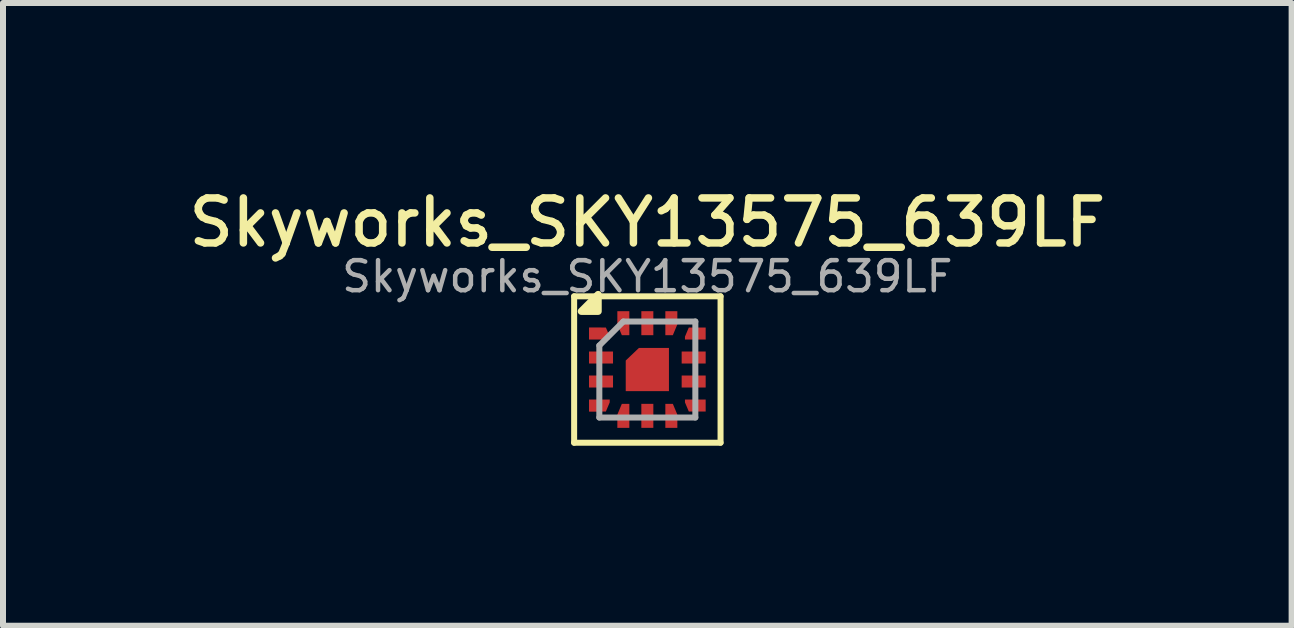
<source format=kicad_pcb>
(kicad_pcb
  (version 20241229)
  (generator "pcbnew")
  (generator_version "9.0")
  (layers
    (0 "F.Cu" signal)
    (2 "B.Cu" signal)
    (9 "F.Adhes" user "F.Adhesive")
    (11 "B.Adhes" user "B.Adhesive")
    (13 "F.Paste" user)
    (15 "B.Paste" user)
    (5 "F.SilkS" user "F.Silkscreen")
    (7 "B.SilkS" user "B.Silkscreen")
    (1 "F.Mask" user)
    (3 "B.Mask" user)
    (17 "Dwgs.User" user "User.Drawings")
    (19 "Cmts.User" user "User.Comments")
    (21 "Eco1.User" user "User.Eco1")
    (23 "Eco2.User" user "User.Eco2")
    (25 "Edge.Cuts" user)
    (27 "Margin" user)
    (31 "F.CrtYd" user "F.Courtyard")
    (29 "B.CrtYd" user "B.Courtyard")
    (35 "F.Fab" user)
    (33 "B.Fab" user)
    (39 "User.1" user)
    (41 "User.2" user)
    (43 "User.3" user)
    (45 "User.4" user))
  (footprint "Skyworks_SKY13575_639LF"
    (layer "F.Cu")
    (at 7.738 3.108)
    (property "Reference" "Skyworks_SKY13575_639LF" (at 0 -2.45 0) (layer "F.SilkS") (effects (font (size 0.75 0.75) (thickness 0.125))))
    (attr smd)
    (fp_line (start -1.22 -1.22) (end -1.22 1.22) (stroke (width 0.1) (type solid)) (layer "F.SilkS"))
    (fp_line (start -1.22 1.22) (end 1.22 1.22) (stroke (width 0.1) (type solid)) (layer "F.SilkS"))
    (fp_line (start 1.22 -1.22) (end -1.22 -1.22) (stroke (width 0.1) (type solid)) (layer "F.SilkS"))
    (fp_line (start 1.22 1.22) (end 1.22 -1.22) (stroke (width 0.1) (type solid)) (layer "F.SilkS"))
    (fp_poly (pts (xy -0.82 -0.97) (xy -1.1 -0.97) (xy -0.82 -1.25) (xy -0.82 -0.97)) (stroke (width 0.12) (type solid)) (fill yes) (layer "F.SilkS"))
    (fp_line (start -0.8 -0.4) (end -0.8 0.8) (stroke (width 0.1) (type solid)) (layer "F.Fab"))
    (fp_line (start -0.8 0.8) (end 0.8 0.8) (stroke (width 0.1) (type solid)) (layer "F.Fab"))
    (fp_line (start -0.4 -0.8) (end -0.8 -0.4) (stroke (width 0.1) (type solid)) (layer "F.Fab"))
    (fp_line (start 0.8 -0.8) (end -0.4 -0.8) (stroke (width 0.1) (type solid)) (layer "F.Fab"))
    (fp_line (start 0.8 0.8) (end 0.8 -0.8) (stroke (width 0.1) (type solid)) (layer "F.Fab"))
    (fp_text user "${REFERENCE}" (at 0 -1.55 0) (layer "F.Fab") (effects (font (size 0.5 0.5) (thickness 0.075))))
    (pad "" smd rect (at -0.185 0.185) (size 0.29 0.29) (layers "F.Paste"))
    (pad "" smd custom (at -0.17 -0.17) (size 0.1 0.1) (layers "F.Paste") (options (anchor rect)) (primitives (gr_poly (pts (xy 0.13 0.13) (xy -0.16 0.13) (xy -0.16 0.03) (xy 0.04 -0.16) (xy 0.13 -0.16)) (width 0) (fill yes))))
    (pad "" smd rect (at 0.185 -0.185) (size 0.29 0.29) (layers "F.Paste"))
    (pad "" smd rect (at 0.185 0.185) (size 0.29 0.29) (layers "F.Paste"))
    (pad "1" smd custom (at -0.866 -0.601) (size 0.2 0.2) (layers "F.Cu" "F.Mask" "F.Paste") (options (anchor rect)) (primitives (gr_poly (pts (xy 0.239 0.053) (xy 0.239 0.101) (xy -0.106 0.101) (xy -0.106 -0.099) (xy 0.175 -0.099)) (width 0) (fill yes))))
    (pad "2" smd rect (at -0.772 -0.2) (size 0.4 0.2) (layers "F.Cu" "F.Mask" "F.Paste"))
    (pad "3" smd rect (at -0.772 0.2) (size 0.4 0.2) (layers "F.Cu" "F.Mask" "F.Paste"))
    (pad "4" smd custom (at -0.866 0.602) (size 0.2 0.2) (layers "F.Cu" "F.Mask" "F.Paste") (options (anchor rect)) (primitives (gr_poly (pts (xy 0.239 -0.054) (xy 0.175 0.098) (xy -0.106 0.098) (xy -0.106 -0.102) (xy 0.239 -0.102)) (width 0) (fill yes))))
    (pad "5" smd custom (at -0.4 0.871) (size 0.19 0.2) (layers "F.Cu" "F.Mask" "F.Paste") (options (anchor rect)) (primitives (gr_poly (pts (xy 0.1 0.101) (xy -0.1 0.101) (xy -0.1 -0.119) (xy -0.025 -0.299) (xy 0.1 -0.299)) (width 0) (fill yes))))
    (pad "6" smd rect (at 0 0.772 90) (size 0.4 0.2) (layers "F.Cu" "F.Mask" "F.Paste"))
    (pad "7" smd custom (at 0.4 0.87) (size 0.19 0.2) (layers "F.Cu" "F.Mask" "F.Paste") (options (anchor rect)) (primitives (gr_poly (pts (xy 0.1 -0.118) (xy 0.1 0.102) (xy -0.1 0.102) (xy -0.1 -0.298) (xy 0.025 -0.298)) (width 0) (fill yes))))
    (pad "8" smd custom (at 0.871 0.6) (size 0.2 0.2) (layers "F.Cu" "F.Mask" "F.Paste") (options (anchor rect)) (primitives (gr_poly (pts (xy 0.101 0.1) (xy -0.18 0.1) (xy -0.244 -0.052) (xy -0.244 -0.1) (xy 0.101 -0.1)) (width 0) (fill yes))))
    (pad "9" smd rect (at 0.772 0.2) (size 0.4 0.2) (layers "F.Cu" "F.Mask" "F.Paste"))
    (pad "10" smd rect (at 0.772 -0.2) (size 0.4 0.2) (layers "F.Cu" "F.Mask" "F.Paste"))
    (pad "11" smd custom (at 0.872 -0.6) (size 0.2 0.2) (layers "F.Cu" "F.Mask" "F.Paste") (options (anchor rect)) (primitives (gr_poly (pts (xy 0.1 0.1) (xy -0.245 0.1) (xy -0.245 0.052) (xy -0.181 -0.1) (xy 0.1 -0.1)) (width 0) (fill yes))))
    (pad "12" smd custom (at 0.398 -0.87) (size 0.19 0.2) (layers "F.Cu" "F.Mask" "F.Paste") (options (anchor rect)) (primitives (gr_poly (pts (xy 0.102 0.118) (xy 0.027 0.298) (xy -0.098 0.298) (xy -0.098 -0.102) (xy 0.102 -0.102)) (width 0) (fill yes))))
    (pad "13" smd rect (at 0 -0.772 90) (size 0.4 0.2) (layers "F.Cu" "F.Mask" "F.Paste"))
    (pad "14" smd custom (at -0.4 -0.869) (size 0.19 0.2) (layers "F.Cu" "F.Mask" "F.Paste") (options (anchor rect)) (primitives (gr_poly (pts (xy 0.1 0.297) (xy -0.025 0.297) (xy -0.1 0.117) (xy -0.1 -0.103) (xy 0.1 -0.103)) (width 0) (fill yes))))
    (pad "15" smd custom (at 0 0) (size 0.29 0.29) (layers "F.Cu" "F.Mask") (options (anchor rect)) (primitives (gr_poly (pts (xy 0.36 0.36) (xy -0.36 0.36) (xy -0.36 -0.15) (xy -0.14 -0.36) (xy 0.36 -0.36)) (width 0) (fill yes)))))
  (gr_rect
    (start -3 -3)
    (end 18.475 7.378)
    (stroke (width 0.1) (type default))
    (fill no)
    (layer "Edge.Cuts")))
</source>
